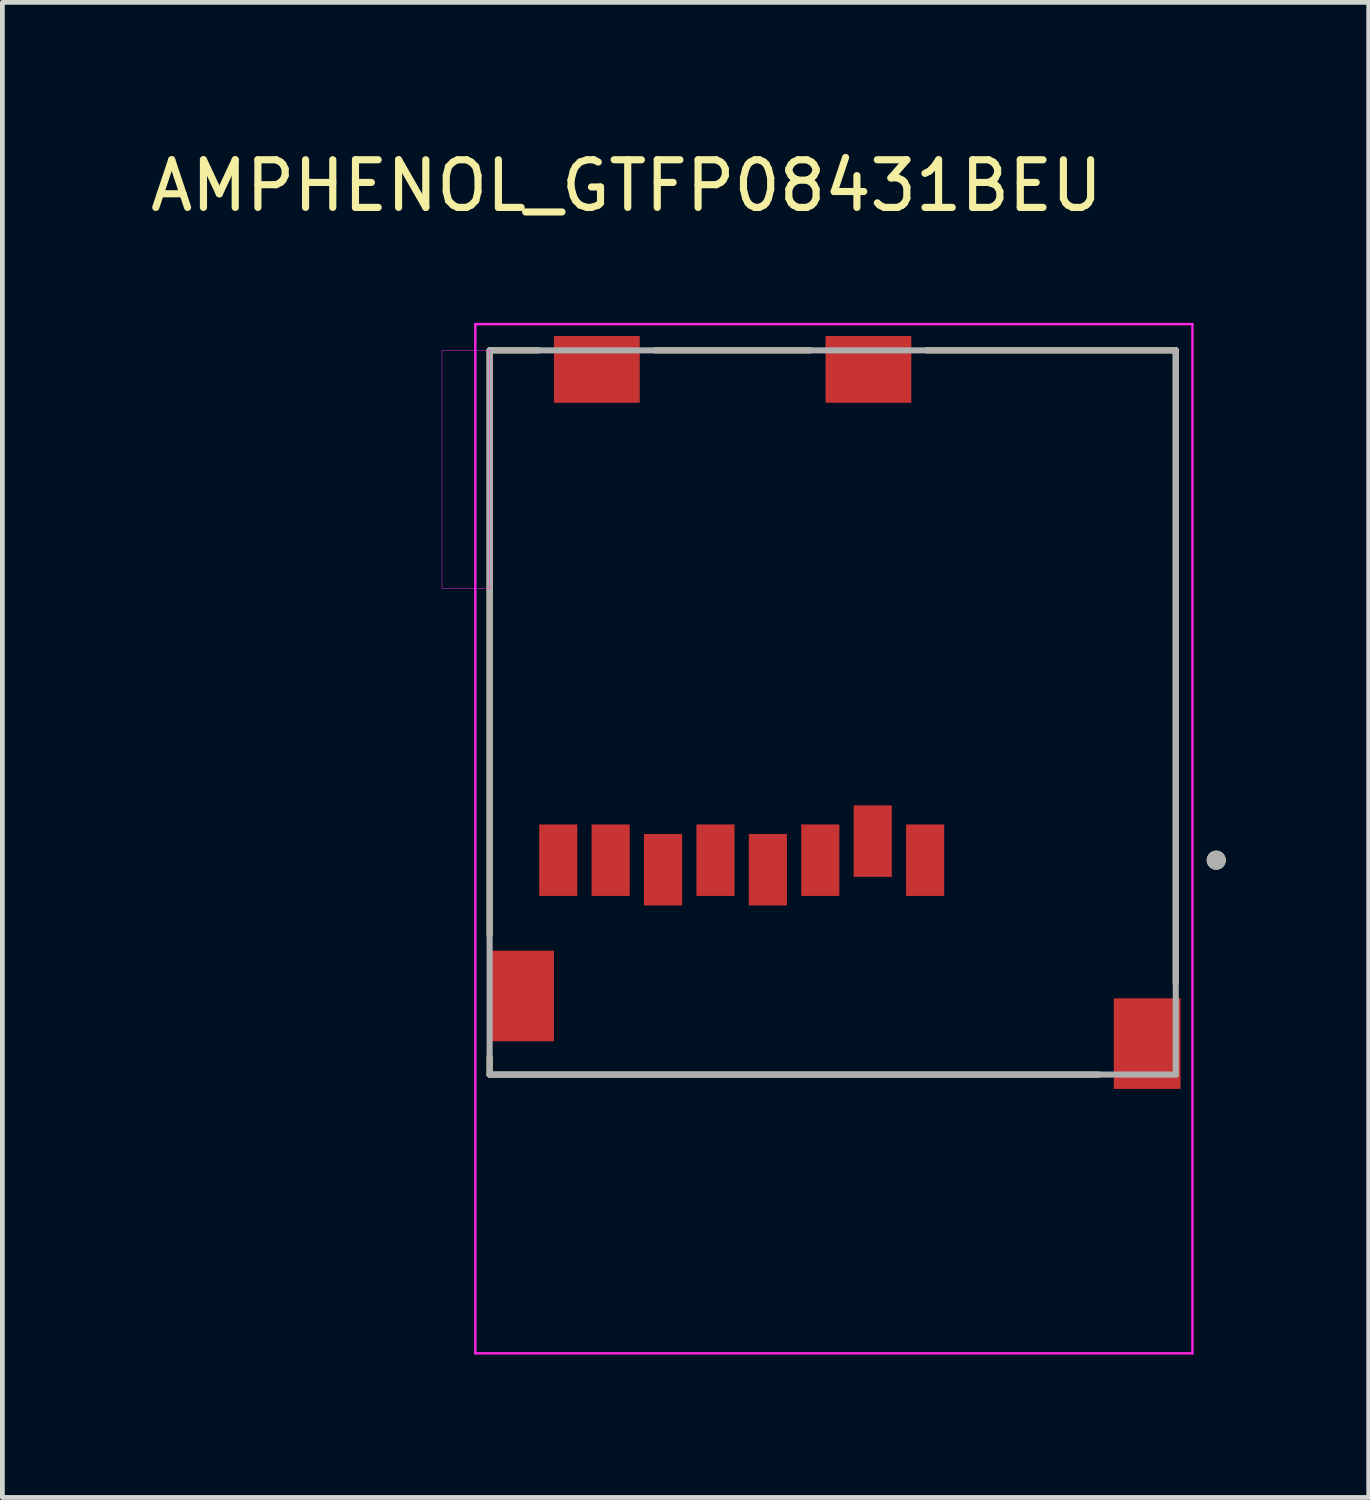
<source format=kicad_pcb>
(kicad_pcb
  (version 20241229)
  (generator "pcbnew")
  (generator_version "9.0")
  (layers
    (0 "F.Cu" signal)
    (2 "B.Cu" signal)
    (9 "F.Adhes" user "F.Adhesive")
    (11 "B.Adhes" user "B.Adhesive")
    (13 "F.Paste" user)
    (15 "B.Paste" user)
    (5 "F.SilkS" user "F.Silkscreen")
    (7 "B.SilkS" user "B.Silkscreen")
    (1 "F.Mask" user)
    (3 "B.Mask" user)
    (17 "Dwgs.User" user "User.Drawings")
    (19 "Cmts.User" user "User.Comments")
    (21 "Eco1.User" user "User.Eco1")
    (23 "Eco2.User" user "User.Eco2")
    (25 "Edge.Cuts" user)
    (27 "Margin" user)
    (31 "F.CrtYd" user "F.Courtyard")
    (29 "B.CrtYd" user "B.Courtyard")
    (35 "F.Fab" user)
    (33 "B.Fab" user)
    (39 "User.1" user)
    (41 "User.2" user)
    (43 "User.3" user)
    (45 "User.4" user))
  (footprint "AMPHENOL_GTFP08431BEU"
    (layer "F.Cu")
    (at 14.426 17.853)
    (property "Reference" "AMPHENOL_GTFP08431BEU" (at -4.325 -17.005 0) (layer "F.SilkS") (effects (font (size 1 1) (thickness 0.15))))
    (attr smd)
    (fp_line (start -7.2 -13.55) (end -6.17 -13.55) (stroke (width 0.127) (type solid)) (layer "F.SilkS"))
    (fp_line (start -7.2 -1.27) (end -7.2 -13.55) (stroke (width 0.127) (type solid)) (layer "F.SilkS"))
    (fp_line (start -7.2 1.65) (end -7.2 1.27) (stroke (width 0.127) (type solid)) (layer "F.SilkS"))
    (fp_line (start -3.73 -13.55) (end -0.47 -13.55) (stroke (width 0.127) (type solid)) (layer "F.SilkS"))
    (fp_line (start 1.97 -13.55) (end 7.2 -13.55) (stroke (width 0.127) (type solid)) (layer "F.SilkS"))
    (fp_line (start 5.58 1.65) (end -7.2 1.65) (stroke (width 0.127) (type solid)) (layer "F.SilkS"))
    (fp_line (start 7.2 -13.55) (end 7.2 -0.27) (stroke (width 0.127) (type solid)) (layer "F.SilkS"))
    (fp_circle (center 8.05 -2.85) (end 8.15 -2.85) (stroke (width 0.2) (type solid)) (fill no) (layer "F.SilkS"))
    (fp_line (start -7.5 -14.1) (end -7.5 7.5) (stroke (width 0.05) (type solid)) (layer "F.CrtYd"))
    (fp_line (start -7.5 7.5) (end 7.55 7.5) (stroke (width 0.05) (type solid)) (layer "F.CrtYd"))
    (fp_line (start 7.55 -14.1) (end -7.5 -14.1) (stroke (width 0.05) (type solid)) (layer "F.CrtYd"))
    (fp_line (start 7.55 7.5) (end 7.55 -14.1) (stroke (width 0.05) (type solid)) (layer "F.CrtYd"))
    (fp_poly (pts (xy -8.2 -13.55) (xy -7.2 -13.55) (xy -7.2 -8.55) (xy -8.2 -8.55)) (stroke (width 0.01) (type solid)) (fill no) (layer "F.CrtYd"))
    (fp_line (start -7.2 -13.55) (end 7.2 -13.55) (stroke (width 0.127) (type solid)) (layer "F.Fab"))
    (fp_line (start -7.2 1.65) (end -7.2 -13.55) (stroke (width 0.127) (type solid)) (layer "F.Fab"))
    (fp_line (start 7.2 -13.55) (end 7.2 1.65) (stroke (width 0.127) (type solid)) (layer "F.Fab"))
    (fp_line (start 7.2 1.65) (end -7.2 1.65) (stroke (width 0.127) (type solid)) (layer "F.Fab"))
    (fp_circle (center 8.05 -2.85) (end 8.15 -2.85) (stroke (width 0.2) (type solid)) (fill no) (layer "F.Fab"))
    (pad "1" smd rect (at 1.94 -2.85) (size 0.8 1.5) (layers "F.Cu" "F.Mask" "F.Paste"))
    (pad "2" smd rect (at 0.84 -3.25) (size 0.8 1.5) (layers "F.Cu" "F.Mask" "F.Paste"))
    (pad "3" smd rect (at -0.26 -2.85) (size 0.8 1.5) (layers "F.Cu" "F.Mask" "F.Paste"))
    (pad "4" smd rect (at -1.36 -2.65) (size 0.8 1.5) (layers "F.Cu" "F.Mask" "F.Paste"))
    (pad "5" smd rect (at -2.46 -2.85) (size 0.8 1.5) (layers "F.Cu" "F.Mask" "F.Paste"))
    (pad "6" smd rect (at -3.56 -2.65) (size 0.8 1.5) (layers "F.Cu" "F.Mask" "F.Paste"))
    (pad "7" smd rect (at -4.66 -2.85) (size 0.8 1.5) (layers "F.Cu" "F.Mask" "F.Paste"))
    (pad "8" smd rect (at -5.76 -2.85) (size 0.8 1.5) (layers "F.Cu" "F.Mask" "F.Paste"))
    (pad "CD_PIN" smd rect (at -4.95 -13.15) (size 1.8 1.4) (layers "F.Cu" "F.Mask" "F.Paste"))
    (pad "G1" smd rect (at 0.75 -13.15) (size 1.8 1.4) (layers "F.Cu" "F.Mask" "F.Paste"))
    (pad "G2" smd rect (at -6.55 0) (size 1.4 1.9) (layers "F.Cu" "F.Mask" "F.Paste"))
    (pad "G3" smd rect (at 6.6 1) (size 1.4 1.9) (layers "F.Cu" "F.Mask" "F.Paste")))
  (gr_rect
    (start -3 -3)
    (end 25.676 28.378)
    (stroke (width 0.1) (type default))
    (fill no)
    (layer "Edge.Cuts")))
</source>
